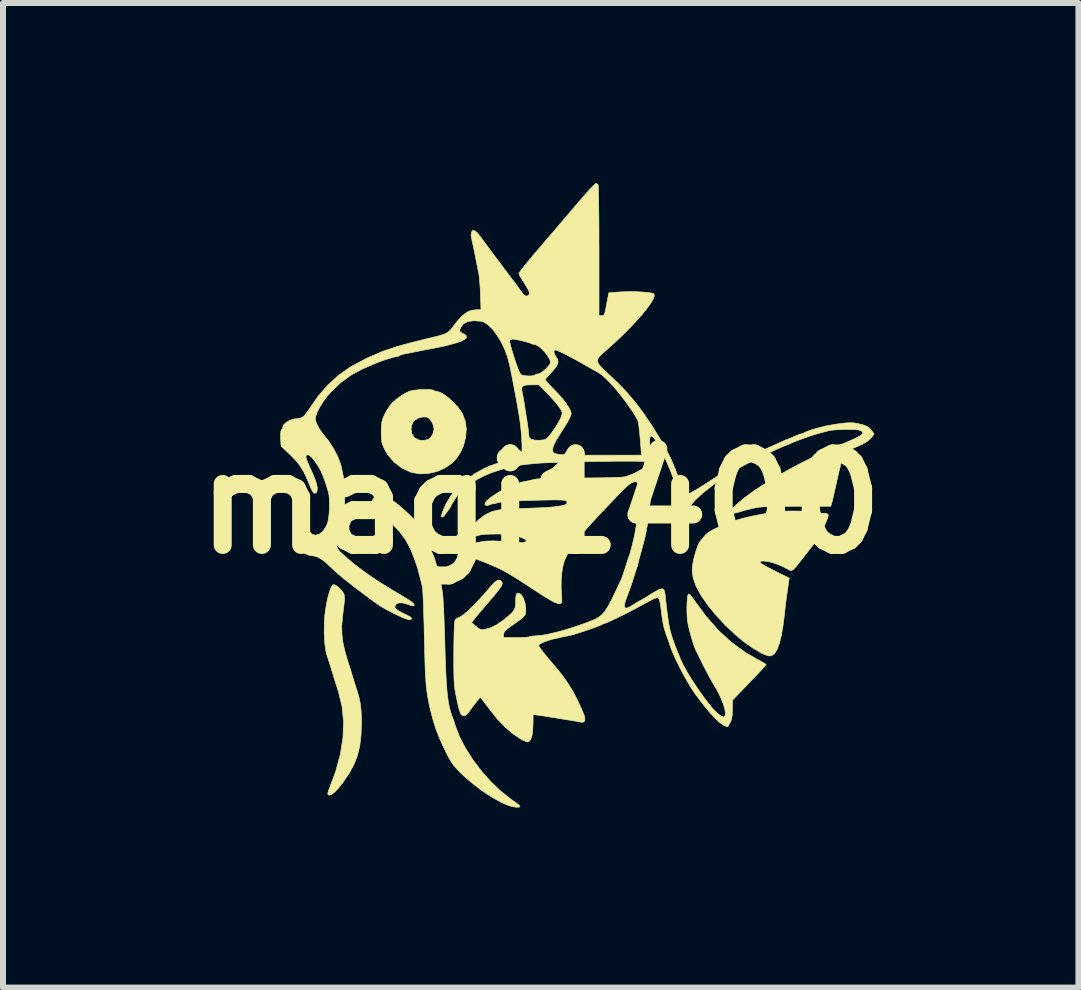
<source format=kicad_pcb>
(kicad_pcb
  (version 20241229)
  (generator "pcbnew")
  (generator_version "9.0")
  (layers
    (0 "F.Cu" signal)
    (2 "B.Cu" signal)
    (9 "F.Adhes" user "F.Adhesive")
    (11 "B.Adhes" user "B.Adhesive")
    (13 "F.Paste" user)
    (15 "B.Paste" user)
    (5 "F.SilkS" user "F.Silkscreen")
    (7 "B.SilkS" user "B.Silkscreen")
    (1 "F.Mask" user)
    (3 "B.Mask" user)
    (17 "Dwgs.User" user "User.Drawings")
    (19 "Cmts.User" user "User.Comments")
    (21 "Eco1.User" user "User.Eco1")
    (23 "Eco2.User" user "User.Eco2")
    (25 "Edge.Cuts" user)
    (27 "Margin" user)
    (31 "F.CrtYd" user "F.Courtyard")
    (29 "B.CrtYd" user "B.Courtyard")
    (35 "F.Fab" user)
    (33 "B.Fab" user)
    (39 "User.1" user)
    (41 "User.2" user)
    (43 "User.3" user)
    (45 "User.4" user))
  (footprint "magi1400"
    (layer "F.Cu")
    (at 5.958 5.339)
    (property "Reference" "magi1400" (at 0 0 0) (layer "F.SilkS") (effects (font (size 1.524 1.524) (thickness 0.3))))
    (attr through_hole)
    (fp_poly (pts (xy -3.393 1.374) (xy -3.336 1.427) (xy -3.321 1.444) (xy -3.299 1.471) (xy -3.283 1.496) (xy -3.273 1.526) (xy -3.269 1.566) (xy -3.271 1.622) (xy -3.279 1.699) (xy -3.292 1.803) (xy -3.301 1.878) (xy -3.315 2.032) (xy -3.312 2.178) (xy -3.293 2.327) (xy -3.255 2.488) (xy -3.215 2.622) (xy -3.191 2.697) (xy -3.163 2.786) (xy -3.139 2.867) (xy -3.113 2.95) (xy -3.086 3.037) (xy -3.063 3.106) (xy -3.03 3.217) (xy -3.007 3.325) (xy -2.993 3.442) (xy -2.987 3.577) (xy -2.987 3.665) (xy -2.994 3.865) (xy -3.015 4.04) (xy -3.053 4.197) (xy -3.11 4.344) (xy -3.19 4.491) (xy -3.294 4.645) (xy -3.297 4.649) (xy -3.37 4.741) (xy -3.433 4.808) (xy -3.486 4.848) (xy -3.525 4.859) (xy -3.546 4.846) (xy -3.546 4.821) (xy -3.533 4.777) (xy -3.526 4.76) (xy -3.415 4.46) (xy -3.337 4.172) (xy -3.294 3.896) (xy -3.285 3.632) (xy -3.31 3.379) (xy -3.369 3.139) (xy -3.375 3.121) (xy -3.386 3.086) (xy -3.405 3.025) (xy -3.43 2.947) (xy -3.457 2.859) (xy -3.457 2.857) (xy -3.487 2.761) (xy -3.516 2.666) (xy -3.543 2.584) (xy -3.56 2.531) (xy -3.584 2.432) (xy -3.6 2.306) (xy -3.607 2.163) (xy -3.606 2.012) (xy -3.597 1.862) (xy -3.585 1.769) (xy -3.566 1.657) (xy -3.543 1.553) (xy -3.517 1.463) (xy -3.491 1.395) (xy -3.468 1.356) (xy -3.468 1.356) (xy -3.438 1.35) (xy -3.393 1.374)) (stroke (width 0.01) (type solid)) (fill yes) (layer "F.SilkS"))
    (fp_poly (pts (xy -1.832 -1.898) (xy -1.796 -1.891) (xy -1.79 -1.888) (xy -1.757 -1.872) (xy -1.733 -1.869) (xy -1.68 -1.855) (xy -1.612 -1.817) (xy -1.536 -1.76) (xy -1.46 -1.691) (xy -1.388 -1.615) (xy -1.329 -1.538) (xy -1.304 -1.497) (xy -1.258 -1.377) (xy -1.24 -1.244) (xy -1.25 -1.105) (xy -1.285 -0.967) (xy -1.345 -0.838) (xy -1.426 -0.725) (xy -1.476 -0.676) (xy -1.596 -0.592) (xy -1.732 -0.533) (xy -1.876 -0.5) (xy -2.021 -0.495) (xy -2.157 -0.52) (xy -2.169 -0.524) (xy -2.312 -0.591) (xy -2.438 -0.687) (xy -2.543 -0.806) (xy -2.607 -0.916) (xy -2.632 -0.974) (xy -2.647 -1.025) (xy -2.654 -1.083) (xy -2.657 -1.159) (xy -2.657 -1.197) (xy -2.656 -1.239) (xy -2.159 -1.239) (xy -2.144 -1.157) (xy -2.101 -1.096) (xy -2.035 -1.06) (xy -1.978 -1.052) (xy -1.921 -1.057) (xy -1.875 -1.068) (xy -1.868 -1.071) (xy -1.828 -1.108) (xy -1.795 -1.166) (xy -1.779 -1.229) (xy -1.778 -1.243) (xy -1.789 -1.304) (xy -1.817 -1.365) (xy -1.855 -1.415) (xy -1.896 -1.441) (xy -1.896 -1.441) (xy -1.964 -1.443) (xy -2.037 -1.424) (xy -2.1 -1.388) (xy -2.122 -1.367) (xy -2.153 -1.298) (xy -2.159 -1.239) (xy -2.656 -1.239) (xy -2.655 -1.283) (xy -2.649 -1.346) (xy -2.637 -1.398) (xy -2.616 -1.452) (xy -2.599 -1.489) (xy -2.559 -1.561) (xy -2.512 -1.63) (xy -2.474 -1.677) (xy -2.408 -1.736) (xy -2.329 -1.794) (xy -2.25 -1.842) (xy -2.182 -1.873) (xy -2.168 -1.877) (xy -2.112 -1.888) (xy -2.041 -1.895) (xy -1.964 -1.9) (xy -1.891 -1.901) (xy -1.832 -1.898)) (stroke (width 0.01) (type solid)) (fill yes) (layer "F.SilkS"))
    (fp_poly (pts (xy 4.32 0.125) (xy 4.419 0.128) (xy 4.501 0.134) (xy 4.559 0.141) (xy 4.572 0.144) (xy 4.633 0.157) (xy 4.702 0.163) (xy 4.712 0.163) (xy 4.763 0.167) (xy 4.786 0.179) (xy 4.79 0.193) (xy 4.781 0.236) (xy 4.756 0.301) (xy 4.72 0.381) (xy 4.677 0.467) (xy 4.63 0.551) (xy 4.584 0.626) (xy 4.549 0.675) (xy 4.491 0.749) (xy 4.424 0.835) (xy 4.36 0.917) (xy 4.349 0.931) (xy 4.286 1.011) (xy 4.24 1.066) (xy 4.206 1.1) (xy 4.18 1.114) (xy 4.156 1.113) (xy 4.129 1.101) (xy 4.115 1.092) (xy 4.037 1.051) (xy 3.952 1.015) (xy 3.867 0.986) (xy 3.787 0.966) (xy 3.719 0.957) (xy 3.672 0.96) (xy 3.651 0.975) (xy 3.664 0.991) (xy 3.706 1.019) (xy 3.772 1.057) (xy 3.858 1.102) (xy 3.892 1.119) (xy 4.14 1.242) (xy 4.13 1.306) (xy 4.123 1.356) (xy 4.113 1.427) (xy 4.102 1.504) (xy 4.101 1.506) (xy 4.09 1.59) (xy 4.077 1.691) (xy 4.066 1.791) (xy 4.064 1.814) (xy 4.039 2.017) (xy 4.011 2.185) (xy 3.979 2.319) (xy 3.943 2.42) (xy 3.902 2.49) (xy 3.856 2.529) (xy 3.811 2.54) (xy 3.772 2.531) (xy 3.714 2.508) (xy 3.656 2.479) (xy 3.511 2.392) (xy 3.376 2.296) (xy 3.242 2.184) (xy 3.099 2.048) (xy 3.083 2.033) (xy 2.916 1.855) (xy 2.777 1.685) (xy 2.667 1.524) (xy 2.587 1.375) (xy 2.539 1.238) (xy 2.522 1.114) (xy 2.522 1.113) (xy 2.528 1.039) (xy 2.543 0.952) (xy 2.566 0.859) (xy 2.593 0.769) (xy 2.622 0.692) (xy 2.65 0.637) (xy 2.667 0.617) (xy 2.684 0.597) (xy 2.712 0.562) (xy 2.716 0.557) (xy 2.747 0.521) (xy 2.784 0.488) (xy 2.83 0.457) (xy 2.892 0.424) (xy 2.975 0.386) (xy 3.084 0.341) (xy 3.166 0.308) (xy 3.259 0.276) (xy 3.377 0.243) (xy 3.508 0.212) (xy 3.64 0.186) (xy 3.656 0.183) (xy 3.736 0.169) (xy 3.817 0.153) (xy 3.871 0.142) (xy 3.927 0.134) (xy 4.008 0.129) (xy 4.106 0.125) (xy 4.213 0.124) (xy 4.32 0.125)) (stroke (width 0.01) (type solid)) (fill yes) (layer "F.SilkS"))
    (fp_poly (pts (xy -2.625 -0.118) (xy -2.531 -0.083) (xy -2.487 -0.061) (xy -2.437 -0.028) (xy -2.374 0.021) (xy -2.303 0.08) (xy -2.231 0.145) (xy -2.163 0.21) (xy -2.103 0.271) (xy -2.059 0.321) (xy -2.035 0.357) (xy -2.032 0.366) (xy -2.021 0.396) (xy -2.007 0.416) (xy -1.978 0.458) (xy -1.941 0.523) (xy -1.902 0.6) (xy -1.866 0.678) (xy -1.843 0.735) (xy -1.821 0.789) (xy -1.804 0.831) (xy -1.797 0.844) (xy -1.785 0.871) (xy -1.768 0.919) (xy -1.761 0.943) (xy -1.743 1.004) (xy -1.726 1.057) (xy -1.722 1.07) (xy -1.707 1.123) (xy -1.689 1.201) (xy -1.67 1.296) (xy -1.651 1.399) (xy -1.635 1.497) (xy -1.63 1.543) (xy -1.625 1.621) (xy -1.619 1.725) (xy -1.613 1.852) (xy -1.608 1.996) (xy -1.602 2.152) (xy -1.597 2.317) (xy -1.596 2.359) (xy -1.59 2.587) (xy -1.582 2.782) (xy -1.574 2.949) (xy -1.564 3.09) (xy -1.552 3.21) (xy -1.538 3.311) (xy -1.521 3.397) (xy -1.501 3.473) (xy -1.478 3.541) (xy -1.469 3.565) (xy -1.455 3.602) (xy -1.436 3.659) (xy -1.423 3.701) (xy -1.353 3.884) (xy -1.253 4.075) (xy -1.131 4.267) (xy -0.989 4.454) (xy -0.834 4.63) (xy -0.669 4.788) (xy -0.501 4.922) (xy -0.456 4.953) (xy -0.402 4.991) (xy -0.363 5.023) (xy -0.345 5.043) (xy -0.345 5.044) (xy -0.36 5.057) (xy -0.402 5.059) (xy -0.459 5.051) (xy -0.524 5.034) (xy -0.544 5.027) (xy -0.604 5.003) (xy -0.657 4.979) (xy -0.671 4.971) (xy -0.717 4.945) (xy -0.773 4.914) (xy -0.784 4.908) (xy -0.882 4.849) (xy -0.995 4.771) (xy -1.112 4.681) (xy -1.224 4.589) (xy -1.321 4.501) (xy -1.332 4.49) (xy -1.396 4.423) (xy -1.446 4.366) (xy -1.488 4.307) (xy -1.529 4.238) (xy -1.576 4.148) (xy -1.591 4.117) (xy -1.675 3.937) (xy -1.741 3.771) (xy -1.795 3.602) (xy -1.839 3.429) (xy -1.859 3.342) (xy -1.875 3.262) (xy -1.888 3.184) (xy -1.9 3.103) (xy -1.909 3.016) (xy -1.916 2.917) (xy -1.923 2.802) (xy -1.928 2.667) (xy -1.932 2.507) (xy -1.937 2.318) (xy -1.94 2.195) (xy -1.943 2.031) (xy -1.948 1.876) (xy -1.952 1.735) (xy -1.957 1.611) (xy -1.962 1.509) (xy -1.967 1.433) (xy -1.971 1.388) (xy -1.973 1.379) (xy -1.987 1.323) (xy -2.004 1.253) (xy -2.013 1.216) (xy -2.027 1.153) (xy -2.042 1.101) (xy -2.049 1.079) (xy -2.062 1.042) (xy -2.082 0.985) (xy -2.096 0.943) (xy -2.167 0.759) (xy -2.256 0.596) (xy -2.368 0.448) (xy -2.507 0.308) (xy -2.62 0.213) (xy -2.697 0.153) (xy -2.75 0.109) (xy -2.784 0.077) (xy -2.802 0.053) (xy -2.81 0.031) (xy -2.812 0.005) (xy -2.812 -0.000498) (xy -2.799 -0.067) (xy -2.762 -0.109) (xy -2.703 -0.126) (xy -2.625 -0.118)) (stroke (width 0.01) (type solid)) (fill yes) (layer "F.SilkS"))
    (fp_poly (pts (xy 0.948 -5.321) (xy 0.956 -5.311) (xy 0.959 -5.29) (xy 0.961 -5.235) (xy 0.963 -5.15) (xy 0.965 -5.039) (xy 0.967 -4.904) (xy 0.969 -4.75) (xy 0.97 -4.578) (xy 0.97 -4.393) (xy 0.971 -4.209) (xy 0.971 -3.13) (xy 1.015 -3.13) (xy 1.046 -3.135) (xy 1.063 -3.159) (xy 1.074 -3.202) (xy 1.086 -3.26) (xy 1.1 -3.335) (xy 1.111 -3.393) (xy 1.134 -3.511) (xy 1.297 -3.524) (xy 1.394 -3.529) (xy 1.497 -3.531) (xy 1.601 -3.529) (xy 1.699 -3.524) (xy 1.783 -3.516) (xy 1.847 -3.507) (xy 1.883 -3.495) (xy 1.887 -3.492) (xy 1.892 -3.458) (xy 1.872 -3.404) (xy 1.829 -3.331) (xy 1.765 -3.243) (xy 1.682 -3.142) (xy 1.583 -3.031) (xy 1.471 -2.912) (xy 1.347 -2.789) (xy 1.213 -2.663) (xy 1.073 -2.538) (xy 1.066 -2.532) (xy 1.004 -2.477) (xy 0.963 -2.432) (xy 0.945 -2.391) (xy 0.95 -2.351) (xy 0.98 -2.303) (xy 1.035 -2.245) (xy 1.117 -2.168) (xy 1.129 -2.156) (xy 1.298 -1.997) (xy 1.446 -1.841) (xy 1.582 -1.68) (xy 1.713 -1.505) (xy 1.845 -1.309) (xy 1.904 -1.216) (xy 2.007 -1.046) (xy 2.09 -0.9) (xy 2.157 -0.77) (xy 2.21 -0.653) (xy 2.239 -0.579) (xy 2.265 -0.51) (xy 2.287 -0.45) (xy 2.302 -0.412) (xy 2.304 -0.408) (xy 2.32 -0.366) (xy 2.339 -0.313) (xy 2.341 -0.308) (xy 2.371 -0.225) (xy 2.394 -0.173) (xy 2.411 -0.148) (xy 2.418 -0.145) (xy 2.452 -0.156) (xy 2.512 -0.186) (xy 2.597 -0.235) (xy 2.705 -0.302) (xy 2.812 -0.371) (xy 3.048 -0.523) (xy 3.257 -0.652) (xy 3.441 -0.758) (xy 3.601 -0.842) (xy 3.729 -0.902) (xy 3.792 -0.929) (xy 3.871 -0.965) (xy 3.951 -1.002) (xy 3.961 -1.006) (xy 4.026 -1.035) (xy 4.077 -1.058) (xy 4.107 -1.069) (xy 4.111 -1.07) (xy 4.131 -1.077) (xy 4.175 -1.096) (xy 4.22 -1.116) (xy 4.277 -1.14) (xy 4.323 -1.157) (xy 4.343 -1.161) (xy 4.374 -1.17) (xy 4.379 -1.174) (xy 4.406 -1.189) (xy 4.457 -1.209) (xy 4.523 -1.232) (xy 4.59 -1.251) (xy 4.652 -1.268) (xy 4.719 -1.285) (xy 4.726 -1.287) (xy 4.776 -1.298) (xy 4.85 -1.311) (xy 4.935 -1.325) (xy 4.98 -1.331) (xy 5.079 -1.343) (xy 5.154 -1.347) (xy 5.218 -1.343) (xy 5.271 -1.335) (xy 5.361 -1.314) (xy 5.424 -1.292) (xy 5.47 -1.263) (xy 5.507 -1.224) (xy 5.513 -1.216) (xy 5.555 -1.158) (xy 5.502 -1.092) (xy 5.448 -1.041) (xy 5.37 -0.994) (xy 5.305 -0.964) (xy 5.234 -0.933) (xy 5.171 -0.906) (xy 5.127 -0.886) (xy 5.119 -0.883) (xy 5.096 -0.869) (xy 5.075 -0.85) (xy 5.056 -0.821) (xy 5.037 -0.779) (xy 5.017 -0.719) (xy 4.995 -0.639) (xy 4.969 -0.534) (xy 4.938 -0.399) (xy 4.91 -0.272) (xy 4.89 -0.184) (xy 4.872 -0.104) (xy 4.857 -0.042) (xy 4.848 -0.009) (xy 4.832 0.045) (xy 4.253 0.045) (xy 4.068 0.046) (xy 3.916 0.048) (xy 3.794 0.051) (xy 3.7 0.055) (xy 3.63 0.061) (xy 3.581 0.068) (xy 3.574 0.07) (xy 3.462 0.097) (xy 3.379 0.119) (xy 3.319 0.136) (xy 3.281 0.149) (xy 3.225 0.16) (xy 3.181 0.16) (xy 3.13 0.154) (xy 3.209 0.068) (xy 3.286 -0.006) (xy 3.386 -0.09) (xy 3.503 -0.177) (xy 3.627 -0.261) (xy 3.661 -0.283) (xy 3.724 -0.322) (xy 3.78 -0.357) (xy 3.817 -0.381) (xy 3.818 -0.381) (xy 3.966 -0.471) (xy 4.139 -0.569) (xy 4.329 -0.669) (xy 4.526 -0.768) (xy 4.722 -0.861) (xy 4.907 -0.944) (xy 5.001 -0.982) (xy 5.1 -1.023) (xy 5.189 -1.063) (xy 5.263 -1.098) (xy 5.315 -1.126) (xy 5.334 -1.139) (xy 5.363 -1.167) (xy 5.367 -1.185) (xy 5.348 -1.204) (xy 5.344 -1.207) (xy 5.305 -1.224) (xy 5.248 -1.234) (xy 5.226 -1.235) (xy 5.078 -1.235) (xy 4.953 -1.231) (xy 4.856 -1.223) (xy 4.799 -1.213) (xy 4.694 -1.186) (xy 4.614 -1.164) (xy 4.551 -1.145) (xy 4.508 -1.132) (xy 4.398 -1.094) (xy 4.3 -1.058) (xy 4.225 -1.028) (xy 4.218 -1.026) (xy 4.174 -1.007) (xy 4.11 -0.98) (xy 4.039 -0.952) (xy 4.037 -0.951) (xy 3.963 -0.919) (xy 3.866 -0.874) (xy 3.753 -0.82) (xy 3.632 -0.762) (xy 3.513 -0.702) (xy 3.403 -0.646) (xy 3.311 -0.597) (xy 3.257 -0.566) (xy 3.128 -0.487) (xy 3.001 -0.403) (xy 2.879 -0.316) (xy 2.768 -0.23) (xy 2.67 -0.148) (xy 2.589 -0.073) (xy 2.529 -0.008) (xy 2.494 0.043) (xy 2.486 0.071) (xy 2.475 0.102) (xy 2.448 0.106) (xy 2.411 0.081) (xy 2.407 0.076) (xy 2.387 0.043) (xy 2.358 -0.016) (xy 2.326 -0.091) (xy 2.294 -0.175) (xy 2.267 -0.254) (xy 2.213 -0.41) (xy 2.151 -0.572) (xy 2.086 -0.724) (xy 2.029 -0.844) (xy 1.973 -0.951) (xy 1.929 -1.029) (xy 1.895 -1.081) (xy 1.868 -1.111) (xy 1.845 -1.124) (xy 1.838 -1.125) (xy 1.822 -1.109) (xy 1.815 -1.067) (xy 1.816 -1.008) (xy 1.823 -0.94) (xy 1.837 -0.874) (xy 1.856 -0.817) (xy 1.867 -0.797) (xy 1.892 -0.742) (xy 1.904 -0.687) (xy 1.901 -0.644) (xy 1.89 -0.628) (xy 1.879 -0.604) (xy 1.867 -0.55) (xy 1.856 -0.471) (xy 1.845 -0.372) (xy 1.835 -0.26) (xy 1.828 -0.14) (xy 1.824 -0.064) (xy 1.819 0.04) (xy 1.812 0.132) (xy 1.8 0.225) (xy 1.783 0.327) (xy 1.76 0.448) (xy 1.743 0.535) (xy 1.731 0.585) (xy 1.712 0.657) (xy 1.69 0.74) (xy 1.679 0.78) (xy 1.657 0.859) (xy 1.638 0.93) (xy 1.625 0.981) (xy 1.621 0.998) (xy 1.608 1.049) (xy 1.598 1.079) (xy 1.586 1.114) (xy 1.567 1.172) (xy 1.546 1.241) (xy 1.542 1.252) (xy 1.515 1.337) (xy 1.48 1.436) (xy 1.445 1.529) (xy 1.441 1.539) (xy 1.407 1.633) (xy 1.394 1.698) (xy 1.401 1.734) (xy 1.431 1.742) (xy 1.483 1.722) (xy 1.555 1.678) (xy 1.606 1.645) (xy 1.644 1.622) (xy 1.659 1.615) (xy 1.678 1.606) (xy 1.719 1.582) (xy 1.775 1.548) (xy 1.791 1.537) (xy 1.887 1.478) (xy 1.957 1.439) (xy 2.005 1.421) (xy 2.037 1.422) (xy 2.056 1.444) (xy 2.068 1.486) (xy 2.074 1.536) (xy 2.091 1.689) (xy 2.106 1.812) (xy 2.119 1.911) (xy 2.131 1.99) (xy 2.143 2.056) (xy 2.156 2.115) (xy 2.172 2.172) (xy 2.189 2.227) (xy 2.228 2.341) (xy 2.276 2.466) (xy 2.327 2.588) (xy 2.376 2.693) (xy 2.391 2.72) (xy 2.45 2.825) (xy 2.523 2.943) (xy 2.605 3.067) (xy 2.689 3.188) (xy 2.771 3.298) (xy 2.843 3.389) (xy 2.875 3.424) (xy 2.95 3.499) (xy 3.008 3.542) (xy 3.049 3.555) (xy 3.072 3.536) (xy 3.076 3.486) (xy 3.065 3.416) (xy 3.045 3.349) (xy 3.012 3.264) (xy 2.972 3.175) (xy 2.93 3.095) (xy 2.902 3.048) (xy 2.863 2.984) (xy 2.812 2.894) (xy 2.753 2.782) (xy 2.69 2.657) (xy 2.686 2.649) (xy 2.65 2.576) (xy 2.617 2.51) (xy 2.593 2.462) (xy 2.586 2.449) (xy 2.564 2.396) (xy 2.537 2.318) (xy 2.509 2.225) (xy 2.482 2.127) (xy 2.46 2.034) (xy 2.448 1.97) (xy 2.44 1.902) (xy 2.436 1.82) (xy 2.435 1.733) (xy 2.438 1.649) (xy 2.443 1.577) (xy 2.452 1.526) (xy 2.461 1.505) (xy 2.478 1.512) (xy 2.508 1.543) (xy 2.547 1.595) (xy 2.556 1.608) (xy 2.754 1.878) (xy 2.963 2.115) (xy 3.185 2.318) (xy 3.421 2.488) (xy 3.606 2.594) (xy 3.671 2.629) (xy 3.722 2.658) (xy 3.751 2.678) (xy 3.755 2.683) (xy 3.743 2.699) (xy 3.709 2.737) (xy 3.657 2.793) (xy 3.591 2.863) (xy 3.513 2.944) (xy 3.475 2.985) (xy 3.195 3.275) (xy 3.194 3.425) (xy 3.191 3.517) (xy 3.18 3.584) (xy 3.161 3.639) (xy 3.156 3.647) (xy 3.132 3.691) (xy 3.115 3.716) (xy 3.11 3.719) (xy 3.09 3.712) (xy 3.05 3.693) (xy 3.034 3.685) (xy 2.977 3.645) (xy 2.905 3.578) (xy 2.82 3.484) (xy 2.724 3.369) (xy 2.62 3.233) (xy 2.567 3.162) (xy 2.51 3.076) (xy 2.446 2.969) (xy 2.378 2.849) (xy 2.313 2.724) (xy 2.253 2.603) (xy 2.203 2.493) (xy 2.167 2.403) (xy 2.158 2.377) (xy 2.146 2.339) (xy 2.125 2.279) (xy 2.099 2.206) (xy 2.088 2.177) (xy 2.051 2.056) (xy 2.025 1.924) (xy 2.012 1.814) (xy 2.001 1.726) (xy 1.989 1.652) (xy 1.977 1.601) (xy 1.968 1.581) (xy 1.953 1.571) (xy 1.93 1.571) (xy 1.894 1.582) (xy 1.842 1.606) (xy 1.767 1.646) (xy 1.669 1.7) (xy 1.592 1.742) (xy 1.503 1.788) (xy 1.409 1.837) (xy 1.316 1.883) (xy 1.229 1.925) (xy 1.155 1.96) (xy 1.1 1.984) (xy 1.07 1.995) (xy 1.068 1.996) (xy 1.032 2.007) (xy 1.024 2.013) (xy 1.001 2.025) (xy 0.951 2.045) (xy 0.881 2.071) (xy 0.799 2.099) (xy 0.713 2.129) (xy 0.629 2.156) (xy 0.556 2.178) (xy 0.5 2.194) (xy 0.49 2.196) (xy 0.441 2.207) (xy 0.37 2.221) (xy 0.293 2.237) (xy 0.285 2.239) (xy 0.198 2.259) (xy 0.116 2.284) (xy 0.045 2.311) (xy -0.008 2.336) (xy -0.034 2.357) (xy -0.036 2.362) (xy -0.025 2.386) (xy 0.009 2.434) (xy 0.06 2.5) (xy 0.128 2.581) (xy 0.139 2.594) (xy 0.22 2.69) (xy 0.283 2.766) (xy 0.333 2.828) (xy 0.375 2.883) (xy 0.415 2.939) (xy 0.434 2.966) (xy 0.517 3.095) (xy 0.594 3.238) (xy 0.672 3.403) (xy 0.724 3.526) (xy 0.736 3.575) (xy 0.734 3.614) (xy 0.718 3.639) (xy 0.687 3.643) (xy 0.665 3.64) (xy 0.615 3.631) (xy 0.547 3.619) (xy 0.499 3.611) (xy 0.43 3.6) (xy 0.341 3.586) (xy 0.248 3.57) (xy 0.218 3.566) (xy 0.131 3.552) (xy 0.046 3.538) (xy -0.021 3.529) (xy -0.041 3.526) (xy -0.127 3.515) (xy -0.128 3.649) (xy -0.133 3.779) (xy -0.147 3.875) (xy -0.171 3.938) (xy -0.204 3.968) (xy -0.227 3.971) (xy -0.252 3.962) (xy -0.297 3.941) (xy -0.333 3.922) (xy -0.459 3.839) (xy -0.591 3.726) (xy -0.722 3.59) (xy -0.845 3.436) (xy -0.901 3.362) (xy -0.948 3.3) (xy -0.984 3.255) (xy -1.004 3.231) (xy -1.007 3.229) (xy -1.021 3.243) (xy -1.051 3.279) (xy -1.091 3.329) (xy -1.136 3.388) (xy -1.179 3.447) (xy -1.206 3.485) (xy -1.249 3.527) (xy -1.29 3.536) (xy -1.326 3.513) (xy -1.34 3.488) (xy -1.358 3.43) (xy -1.38 3.345) (xy -1.402 3.243) (xy -1.424 3.131) (xy -1.433 3.075) (xy -1.44 3.01) (xy -1.445 2.911) (xy -1.448 2.782) (xy -1.449 2.626) (xy -1.448 2.445) (xy -1.448 2.442) (xy -1.446 2.29) (xy -1.444 2.171) (xy -1.441 2.08) (xy -1.438 2.014) (xy -1.433 1.969) (xy -1.427 1.941) (xy -1.42 1.927) (xy -1.415 1.923) (xy -1.379 1.905) (xy -1.337 1.885) (xy -1.295 1.857) (xy -1.234 1.807) (xy -1.161 1.738) (xy -1.079 1.656) (xy -0.995 1.567) (xy -0.913 1.475) (xy -0.874 1.429) (xy -0.806 1.351) (xy -0.755 1.3) (xy -0.715 1.276) (xy -0.684 1.274) (xy -0.657 1.293) (xy -0.653 1.298) (xy -0.642 1.316) (xy -0.641 1.338) (xy -0.652 1.368) (xy -0.678 1.409) (xy -0.721 1.465) (xy -0.783 1.541) (xy -0.861 1.633) (xy -0.931 1.714) (xy -0.996 1.791) (xy -1.051 1.856) (xy -1.09 1.904) (xy -1.104 1.921) (xy -1.151 1.983) (xy -1.079 2.045) (xy -1.03 2.083) (xy -0.991 2.1) (xy -0.947 2.1) (xy -0.943 2.099) (xy -0.842 2.072) (xy -0.732 2.018) (xy -0.618 1.94) (xy -0.605 1.929) (xy -0.528 1.865) (xy -0.476 1.816) (xy -0.444 1.774) (xy -0.426 1.731) (xy -0.419 1.68) (xy -0.418 1.628) (xy -0.415 1.556) (xy -0.407 1.515) (xy -0.393 1.496) (xy -0.39 1.494) (xy -0.351 1.497) (xy -0.315 1.529) (xy -0.284 1.586) (xy -0.261 1.66) (xy -0.249 1.746) (xy -0.249 1.758) (xy -0.249 1.799) (xy -0.253 1.832) (xy -0.265 1.861) (xy -0.291 1.891) (xy -0.334 1.927) (xy -0.398 1.974) (xy -0.485 2.035) (xy -0.55 2.082) (xy -0.59 2.117) (xy -0.61 2.145) (xy -0.617 2.173) (xy -0.617 2.179) (xy -0.617 2.232) (xy -0.411 2.232) (xy -0.328 2.231) (xy -0.259 2.228) (xy -0.212 2.224) (xy -0.194 2.22) (xy -0.172 2.213) (xy -0.124 2.207) (xy -0.069 2.202) (xy -0.013 2.198) (xy 0.04 2.191) (xy 0.097 2.181) (xy 0.168 2.166) (xy 0.262 2.143) (xy 0.318 2.129) (xy 0.404 2.105) (xy 0.509 2.072) (xy 0.623 2.035) (xy 0.733 1.996) (xy 0.83 1.959) (xy 0.9 1.93) (xy 0.963 1.896) (xy 1.018 1.853) (xy 1.068 1.795) (xy 1.119 1.717) (xy 1.175 1.614) (xy 1.217 1.527) (xy 1.258 1.441) (xy 1.294 1.366) (xy 1.321 1.308) (xy 1.338 1.274) (xy 1.34 1.27) (xy 1.351 1.241) (xy 1.37 1.187) (xy 1.393 1.117) (xy 1.405 1.079) (xy 1.429 1.004) (xy 1.45 0.938) (xy 1.466 0.892) (xy 1.47 0.88) (xy 1.487 0.833) (xy 1.496 0.798) (xy 1.51 0.749) (xy 1.525 0.691) (xy 1.526 0.689) (xy 1.565 0.52) (xy 1.597 0.328) (xy 1.619 0.126) (xy 1.63 -0.074) (xy 1.631 -0.13) (xy 1.631 -0.227) (xy 1.627 -0.293) (xy 1.619 -0.334) (xy 1.604 -0.355) (xy 1.582 -0.363) (xy 1.575 -0.363) (xy 1.547 -0.36) (xy 1.517 -0.348) (xy 1.481 -0.325) (xy 1.436 -0.287) (xy 1.377 -0.23) (xy 1.3 -0.153) (xy 1.233 -0.083) (xy 1.072 0.086) (xy 0.934 0.232) (xy 0.818 0.358) (xy 0.721 0.467) (xy 0.64 0.561) (xy 0.574 0.644) (xy 0.521 0.719) (xy 0.477 0.787) (xy 0.441 0.852) (xy 0.411 0.916) (xy 0.393 0.958) (xy 0.37 1.041) (xy 0.352 1.148) (xy 0.342 1.267) (xy 0.34 1.389) (xy 0.345 1.482) (xy 0.35 1.552) (xy 0.352 1.609) (xy 0.351 1.643) (xy 0.35 1.646) (xy 0.33 1.667) (xy 0.292 1.667) (xy 0.233 1.647) (xy 0.152 1.604) (xy 0.046 1.539) (xy 0.027 1.526) (xy -0.121 1.43) (xy -0.242 1.351) (xy -0.341 1.287) (xy -0.421 1.236) (xy -0.487 1.196) (xy -0.541 1.163) (xy -0.588 1.137) (xy -0.631 1.113) (xy -0.675 1.091) (xy -0.68 1.088) (xy -0.757 1.053) (xy -0.855 1.011) (xy -0.96 0.968) (xy -1.051 0.934) (xy -1.139 0.901) (xy -1.219 0.87) (xy -1.282 0.843) (xy -1.319 0.825) (xy -1.322 0.823) (xy -1.367 0.793) (xy -1.312 0.744) (xy -1.252 0.705) (xy -1.174 0.677) (xy -1.159 0.673) (xy -1.081 0.656) (xy -1 0.639) (xy -0.971 0.633) (xy -0.896 0.624) (xy -0.788 0.622) (xy -0.651 0.627) (xy -0.487 0.638) (xy -0.403 0.646) (xy -0.314 0.649) (xy -0.26 0.642) (xy -0.239 0.626) (xy -0.253 0.602) (xy -0.303 0.574) (xy -0.378 0.546) (xy -0.44 0.529) (xy -0.504 0.518) (xy -0.578 0.511) (xy -0.673 0.508) (xy -0.741 0.508) (xy -0.833 0.509) (xy -0.914 0.512) (xy -0.976 0.517) (xy -1.01 0.523) (xy -1.013 0.524) (xy -1.048 0.535) (xy -1.104 0.547) (xy -1.131 0.551) (xy -1.219 0.562) (xy -1.207 0.514) (xy -1.173 0.433) (xy -1.111 0.347) (xy -1.031 0.266) (xy -0.94 0.197) (xy -0.907 0.178) (xy -0.849 0.149) (xy -0.789 0.127) (xy -0.721 0.11) (xy -0.639 0.098) (xy -0.537 0.089) (xy -0.41 0.083) (xy -0.272 0.08) (xy -0.067 0.073) (xy 0.103 0.065) (xy 0.239 0.053) (xy 0.34 0.038) (xy 0.409 0.02) (xy 0.444 -0.002) (xy 0.449 -0.026) (xy 0.437 -0.042) (xy 0.41 -0.052) (xy 0.351 -0.059) (xy 0.259 -0.061) (xy 0.194 -0.061) (xy 0.05 -0.058) (xy -0.095 -0.055) (xy -0.236 -0.05) (xy -0.367 -0.045) (xy -0.484 -0.038) (xy -0.582 -0.032) (xy -0.656 -0.026) (xy -0.701 -0.019) (xy -0.711 -0.016) (xy -0.755 -0.002) (xy -0.779 0) (xy -0.826 0.01) (xy -0.851 0.021) (xy -0.891 0.033) (xy -0.914 0.03) (xy -0.932 0.011) (xy -0.92 -0.02) (xy -0.884 -0.06) (xy -0.827 -0.106) (xy -0.755 -0.155) (xy -0.671 -0.205) (xy -0.581 -0.254) (xy -0.487 -0.297) (xy -0.395 -0.333) (xy -0.31 -0.359) (xy -0.275 -0.366) (xy -0.203 -0.38) (xy -0.133 -0.396) (xy -0.103 -0.404) (xy -0.065 -0.41) (xy 0.008 -0.415) (xy 0.113 -0.419) (xy 0.247 -0.422) (xy 0.41 -0.424) (xy 0.598 -0.426) (xy 0.65 -0.426) (xy 0.842 -0.427) (xy 1.011 -0.429) (xy 1.154 -0.432) (xy 1.269 -0.436) (xy 1.353 -0.44) (xy 1.403 -0.446) (xy 1.412 -0.447) (xy 1.47 -0.467) (xy 1.542 -0.497) (xy 1.602 -0.526) (xy 1.695 -0.578) (xy 1.753 -0.621) (xy 1.777 -0.654) (xy 1.768 -0.68) (xy 1.726 -0.697) (xy 1.711 -0.7) (xy 1.675 -0.703) (xy 1.607 -0.705) (xy 1.512 -0.706) (xy 1.395 -0.706) (xy 1.259 -0.706) (xy 1.111 -0.704) (xy 0.954 -0.702) (xy 0.793 -0.699) (xy 0.633 -0.696) (xy 0.478 -0.692) (xy 0.332 -0.688) (xy 0.201 -0.684) (xy 0.089 -0.679) (xy 0.001 -0.675) (xy -0.036 -0.672) (xy -0.19 -0.658) (xy -0.317 -0.643) (xy -0.427 -0.625) (xy -0.529 -0.603) (xy -0.634 -0.575) (xy -0.708 -0.552) (xy -0.83 -0.51) (xy -0.941 -0.463) (xy -1.051 -0.406) (xy -1.173 -0.332) (xy -1.204 -0.312) (xy -1.285 -0.253) (xy -1.347 -0.192) (xy -1.406 -0.111) (xy -1.408 -0.108) (xy -1.445 -0.05) (xy -1.473 -0.004) (xy -1.487 0.021) (xy -1.488 0.024) (xy -1.498 0.048) (xy -1.524 0.088) (xy -1.558 0.136) (xy -1.593 0.181) (xy -1.623 0.215) (xy -1.639 0.227) (xy -1.653 0.217) (xy -1.652 0.188) (xy -1.634 0.134) (xy -1.6 0.053) (xy -1.58 0.009) (xy -1.499 -0.128) (xy -1.388 -0.261) (xy -1.253 -0.386) (xy -1.102 -0.496) (xy -0.94 -0.587) (xy -0.835 -0.631) (xy -0.675 -0.687) (xy -0.521 -0.736) (xy -0.435 -0.76) (xy -0.318 -0.791) (xy -0.312 -0.908) (xy -0.312 -0.995) (xy -0.318 -1.106) (xy -0.329 -1.232) (xy -0.344 -1.361) (xy -0.362 -1.482) (xy -0.365 -1.497) (xy -0.379 -1.577) (xy -0.393 -1.661) (xy -0.401 -1.701) (xy -0.43 -1.862) (xy -0.437 -1.898) (xy -0.316 -1.898) (xy -0.309 -1.859) (xy -0.298 -1.803) (xy -0.284 -1.728) (xy -0.273 -1.66) (xy -0.261 -1.581) (xy -0.246 -1.483) (xy -0.23 -1.387) (xy -0.227 -1.365) (xy -0.215 -1.284) (xy -0.205 -1.211) (xy -0.2 -1.157) (xy -0.2 -1.142) (xy -0.19 -1.096) (xy -0.159 -1.071) (xy -0.098 -1.057) (xy -0.021 -1.054) (xy 0.051 -1.062) (xy 0.081 -1.07) (xy 0.111 -1.094) (xy 0.153 -1.141) (xy 0.202 -1.206) (xy 0.251 -1.279) (xy 0.296 -1.353) (xy 0.331 -1.421) (xy 0.345 -1.453) (xy 0.356 -1.492) (xy 0.356 -1.522) (xy 0.34 -1.557) (xy 0.307 -1.608) (xy 0.268 -1.659) (xy 0.211 -1.726) (xy 0.146 -1.797) (xy 0.108 -1.837) (xy -0.031 -1.978) (xy -0.158 -1.978) (xy -0.239 -1.975) (xy -0.288 -1.963) (xy -0.312 -1.939) (xy -0.316 -1.898) (xy -0.437 -1.898) (xy -0.465 -2.046) (xy -0.468 -2.062) (xy 0.073 -2.062) (xy 0.085 -2.045) (xy 0.118 -2.009) (xy 0.167 -1.957) (xy 0.227 -1.895) (xy 0.237 -1.885) (xy 0.329 -1.787) (xy 0.405 -1.694) (xy 0.462 -1.611) (xy 0.498 -1.544) (xy 0.508 -1.5) (xy 0.5 -1.467) (xy 0.477 -1.414) (xy 0.436 -1.34) (xy 0.375 -1.241) (xy 0.34 -1.187) (xy 0.281 -1.092) (xy 0.24 -1.022) (xy 0.215 -0.969) (xy 0.202 -0.929) (xy 0.2 -0.901) (xy 0.201 -0.879) (xy 0.205 -0.861) (xy 0.217 -0.845) (xy 0.239 -0.833) (xy 0.274 -0.824) (xy 0.324 -0.817) (xy 0.393 -0.812) (xy 0.485 -0.808) (xy 0.601 -0.807) (xy 0.745 -0.806) (xy 0.92 -0.806) (xy 1.089 -0.806) (xy 1.678 -0.807) (xy 1.674 -0.862) (xy 1.661 -1.039) (xy 1.648 -1.181) (xy 1.636 -1.287) (xy 1.624 -1.357) (xy 1.617 -1.384) (xy 1.597 -1.424) (xy 1.563 -1.482) (xy 1.522 -1.545) (xy 1.521 -1.547) (xy 1.411 -1.703) (xy 1.302 -1.845) (xy 1.197 -1.968) (xy 1.1 -2.069) (xy 1.014 -2.146) (xy 0.951 -2.188) (xy 0.907 -2.212) (xy 0.841 -2.249) (xy 0.762 -2.294) (xy 0.68 -2.341) (xy 0.562 -2.407) (xy 0.455 -2.464) (xy 0.365 -2.509) (xy 0.295 -2.541) (xy 0.25 -2.557) (xy 0.24 -2.558) (xy 0.221 -2.545) (xy 0.222 -2.512) (xy 0.241 -2.468) (xy 0.254 -2.449) (xy 0.283 -2.401) (xy 0.289 -2.353) (xy 0.27 -2.3) (xy 0.224 -2.237) (xy 0.181 -2.189) (xy 0.133 -2.136) (xy 0.095 -2.093) (xy 0.075 -2.066) (xy 0.073 -2.062) (xy -0.468 -2.062) (xy -0.504 -2.241) (xy -0.519 -2.313) (xy -0.555 -2.448) (xy -0.605 -2.581) (xy -0.667 -2.706) (xy -0.672 -2.715) (xy -0.519 -2.715) (xy -0.516 -2.69) (xy -0.504 -2.637) (xy -0.483 -2.563) (xy -0.456 -2.475) (xy -0.439 -2.42) (xy -0.403 -2.316) (xy -0.376 -2.242) (xy -0.355 -2.191) (xy -0.337 -2.161) (xy -0.32 -2.144) (xy -0.306 -2.138) (xy -0.252 -2.129) (xy -0.193 -2.125) (xy -0.14 -2.128) (xy -0.105 -2.136) (xy -0.1 -2.141) (xy -0.075 -2.155) (xy -0.044 -2.159) (xy -0.006 -2.172) (xy 0.042 -2.205) (xy 0.092 -2.25) (xy 0.135 -2.298) (xy 0.16 -2.339) (xy 0.163 -2.354) (xy 0.15 -2.401) (xy 0.116 -2.46) (xy 0.069 -2.522) (xy 0.014 -2.58) (xy -0.04 -2.624) (xy -0.086 -2.647) (xy -0.098 -2.649) (xy -0.139 -2.657) (xy -0.159 -2.666) (xy -0.197 -2.681) (xy -0.258 -2.698) (xy -0.329 -2.716) (xy -0.399 -2.73) (xy -0.453 -2.739) (xy -0.469 -2.74) (xy -0.505 -2.73) (xy -0.519 -2.715) (xy -0.672 -2.715) (xy -0.736 -2.818) (xy -0.809 -2.912) (xy -0.884 -2.983) (xy -0.956 -3.026) (xy -0.989 -3.036) (xy -1.115 -3.046) (xy -1.215 -3.032) (xy -1.288 -2.994) (xy -1.331 -2.939) (xy -1.35 -2.892) (xy -1.346 -2.864) (xy -1.314 -2.841) (xy -1.289 -2.83) (xy -1.245 -2.803) (xy -1.236 -2.772) (xy -1.261 -2.74) (xy -1.318 -2.708) (xy -1.406 -2.677) (xy -1.492 -2.653) (xy -1.564 -2.634) (xy -1.633 -2.618) (xy -1.71 -2.602) (xy -1.808 -2.583) (xy -1.851 -2.575) (xy -1.941 -2.558) (xy -2.027 -2.541) (xy -2.095 -2.527) (xy -2.132 -2.52) (xy -2.2 -2.505) (xy -2.267 -2.493) (xy -2.273 -2.492) (xy -2.32 -2.481) (xy -2.348 -2.468) (xy -2.351 -2.465) (xy -2.375 -2.452) (xy -2.396 -2.449) (xy -2.429 -2.444) (xy -2.485 -2.429) (xy -2.554 -2.408) (xy -2.571 -2.402) (xy -2.631 -2.382) (xy -2.684 -2.363) (xy -2.737 -2.342) (xy -2.798 -2.317) (xy -2.876 -2.283) (xy -2.978 -2.238) (xy -2.985 -2.235) (xy -3.163 -2.138) (xy -3.335 -2.012) (xy -3.494 -1.86) (xy -3.562 -1.782) (xy -3.623 -1.699) (xy -3.678 -1.612) (xy -3.721 -1.529) (xy -3.748 -1.457) (xy -3.756 -1.414) (xy -3.746 -1.367) (xy -3.72 -1.304) (xy -3.685 -1.239) (xy -3.647 -1.185) (xy -3.642 -1.179) (xy -3.541 -1.053) (xy -3.452 -0.918) (xy -3.381 -0.781) (xy -3.332 -0.652) (xy -3.319 -0.6) (xy -3.304 -0.527) (xy -3.289 -0.454) (xy -3.282 -0.423) (xy -3.277 -0.378) (xy -3.272 -0.306) (xy -3.268 -0.214) (xy -3.266 -0.111) (xy -3.266 -0.056) (xy -3.266 0.055) (xy -3.268 0.138) (xy -3.272 0.201) (xy -3.28 0.254) (xy -3.292 0.304) (xy -3.31 0.36) (xy -3.321 0.394) (xy -3.36 0.508) (xy -3.386 0.595) (xy -3.399 0.66) (xy -3.398 0.71) (xy -3.383 0.752) (xy -3.354 0.791) (xy -3.31 0.834) (xy -3.3 0.844) (xy -3.119 1) (xy -2.922 1.149) (xy -2.705 1.297) (xy -2.459 1.448) (xy -2.45 1.453) (xy -2.365 1.503) (xy -2.285 1.551) (xy -2.219 1.592) (xy -2.175 1.621) (xy -2.173 1.622) (xy -2.122 1.663) (xy -2.104 1.691) (xy -2.117 1.704) (xy -2.159 1.699) (xy -2.22 1.678) (xy -2.295 1.656) (xy -2.359 1.654) (xy -2.406 1.672) (xy -2.428 1.706) (xy -2.428 1.735) (xy -2.409 1.759) (xy -2.365 1.79) (xy -2.313 1.818) (xy -2.24 1.853) (xy -2.193 1.877) (xy -2.167 1.892) (xy -2.156 1.903) (xy -2.152 1.914) (xy -2.152 1.914) (xy -2.163 1.934) (xy -2.203 1.933) (xy -2.272 1.911) (xy -2.371 1.867) (xy -2.4 1.853) (xy -2.493 1.806) (xy -2.566 1.769) (xy -2.627 1.735) (xy -2.684 1.699) (xy -2.745 1.657) (xy -2.821 1.602) (xy -2.901 1.542) (xy -3.037 1.441) (xy -3.149 1.355) (xy -3.242 1.281) (xy -3.324 1.215) (xy -3.399 1.15) (xy -3.473 1.083) (xy -3.542 1.018) (xy -3.635 0.938) (xy -3.716 0.89) (xy -3.788 0.871) (xy -3.801 0.871) (xy -3.866 0.859) (xy -3.939 0.827) (xy -4.003 0.784) (xy -4.02 0.767) (xy -4.057 0.702) (xy -4.064 0.617) (xy -4.041 0.516) (xy -4.01 0.44) (xy -3.981 0.383) (xy -3.955 0.343) (xy -3.937 0.327) (xy -3.937 0.327) (xy -3.918 0.342) (xy -3.896 0.38) (xy -3.889 0.395) (xy -3.852 0.467) (xy -3.812 0.509) (xy -3.762 0.525) (xy -3.747 0.526) (xy -3.688 0.509) (xy -3.63 0.462) (xy -3.58 0.39) (xy -3.549 0.319) (xy -3.535 0.254) (xy -3.525 0.166) (xy -3.52 0.067) (xy -3.52 -0.033) (xy -3.525 -0.121) (xy -3.535 -0.186) (xy -3.536 -0.189) (xy -3.581 -0.333) (xy -3.622 -0.449) (xy -3.663 -0.544) (xy -3.708 -0.625) (xy -3.759 -0.701) (xy -3.771 -0.718) (xy -3.824 -0.779) (xy -3.867 -0.81) (xy -3.898 -0.81) (xy -3.911 -0.792) (xy -3.909 -0.764) (xy -3.892 -0.713) (xy -3.866 -0.647) (xy -3.851 -0.614) (xy -3.795 -0.492) (xy -3.757 -0.397) (xy -3.733 -0.324) (xy -3.723 -0.267) (xy -3.723 -0.232) (xy -3.733 -0.188) (xy -3.756 -0.173) (xy -3.763 -0.172) (xy -3.784 -0.181) (xy -3.807 -0.212) (xy -3.834 -0.269) (xy -3.854 -0.318) (xy -3.908 -0.448) (xy -3.961 -0.553) (xy -4.019 -0.643) (xy -4.088 -0.727) (xy -4.174 -0.815) (xy -4.206 -0.845) (xy -4.325 -0.956) (xy -4.333 -1.078) (xy -4.334 -1.154) (xy -4.328 -1.205) (xy -4.32 -1.221) (xy -4.302 -1.256) (xy -4.3 -1.27) (xy -4.283 -1.311) (xy -4.24 -1.352) (xy -4.18 -1.386) (xy -4.112 -1.409) (xy -4.058 -1.415) (xy -4.002 -1.423) (xy -3.952 -1.451) (xy -3.904 -1.505) (xy -3.863 -1.564) (xy -3.711 -1.785) (xy -3.548 -1.973) (xy -3.372 -2.134) (xy -3.179 -2.27) (xy -3.13 -2.299) (xy -2.882 -2.429) (xy -2.631 -2.537) (xy -2.399 -2.614) (xy -2.34 -2.631) (xy -2.276 -2.649) (xy -2.272 -2.65) (xy -2.217 -2.665) (xy -2.136 -2.686) (xy -2.041 -2.71) (xy -1.942 -2.735) (xy -1.848 -2.757) (xy -1.778 -2.774) (xy -1.676 -2.8) (xy -1.603 -2.824) (xy -1.548 -2.853) (xy -1.505 -2.89) (xy -1.465 -2.94) (xy -1.453 -2.957) (xy -1.393 -3.035) (xy -1.326 -3.108) (xy -1.26 -3.166) (xy -1.203 -3.202) (xy -1.2 -3.204) (xy -1.138 -3.221) (xy -1.072 -3.229) (xy -1.067 -3.229) (xy -0.995 -3.229) (xy -1.004 -3.479) (xy -1.008 -3.58) (xy -1.015 -3.676) (xy -1.022 -3.757) (xy -1.029 -3.814) (xy -1.03 -3.819) (xy -1.041 -3.875) (xy -1.057 -3.955) (xy -1.075 -4.046) (xy -1.087 -4.109) (xy -1.105 -4.198) (xy -1.122 -4.279) (xy -1.136 -4.344) (xy -1.144 -4.375) (xy -1.16 -4.461) (xy -1.156 -4.519) (xy -1.135 -4.548) (xy -1.101 -4.546) (xy -1.056 -4.511) (xy -1.009 -4.452) (xy -0.987 -4.422) (xy -0.948 -4.368) (xy -0.894 -4.295) (xy -0.83 -4.209) (xy -0.76 -4.115) (xy -0.688 -4.019) (xy -0.618 -3.925) (xy -0.553 -3.839) (xy -0.498 -3.766) (xy -0.457 -3.712) (xy -0.434 -3.683) (xy -0.403 -3.642) (xy -0.363 -3.586) (xy -0.339 -3.552) (xy -0.293 -3.491) (xy -0.257 -3.46) (xy -0.226 -3.457) (xy -0.202 -3.473) (xy -0.187 -3.494) (xy -0.188 -3.518) (xy -0.206 -3.557) (xy -0.217 -3.578) (xy -0.256 -3.644) (xy -0.299 -3.713) (xy -0.311 -3.732) (xy -0.341 -3.781) (xy -0.36 -3.821) (xy -0.363 -3.834) (xy -0.351 -3.854) (xy -0.319 -3.898) (xy -0.269 -3.962) (xy -0.204 -4.042) (xy -0.127 -4.135) (xy -0.04 -4.237) (xy -0.014 -4.268) (xy 0.094 -4.394) (xy 0.212 -4.531) (xy 0.332 -4.672) (xy 0.447 -4.807) (xy 0.552 -4.929) (xy 0.616 -5.005) (xy 0.696 -5.097) (xy 0.769 -5.18) (xy 0.831 -5.248) (xy 0.879 -5.299) (xy 0.91 -5.328) (xy 0.919 -5.334) (xy 0.948 -5.321)) (stroke (width 0.01) (type solid)) (fill yes) (layer "F.SilkS")))
  (gr_rect
    (start -3 -3)
    (end 14.916 13.403)
    (stroke (width 0.1) (type default))
    (fill no)
    (layer "Edge.Cuts")))
</source>
